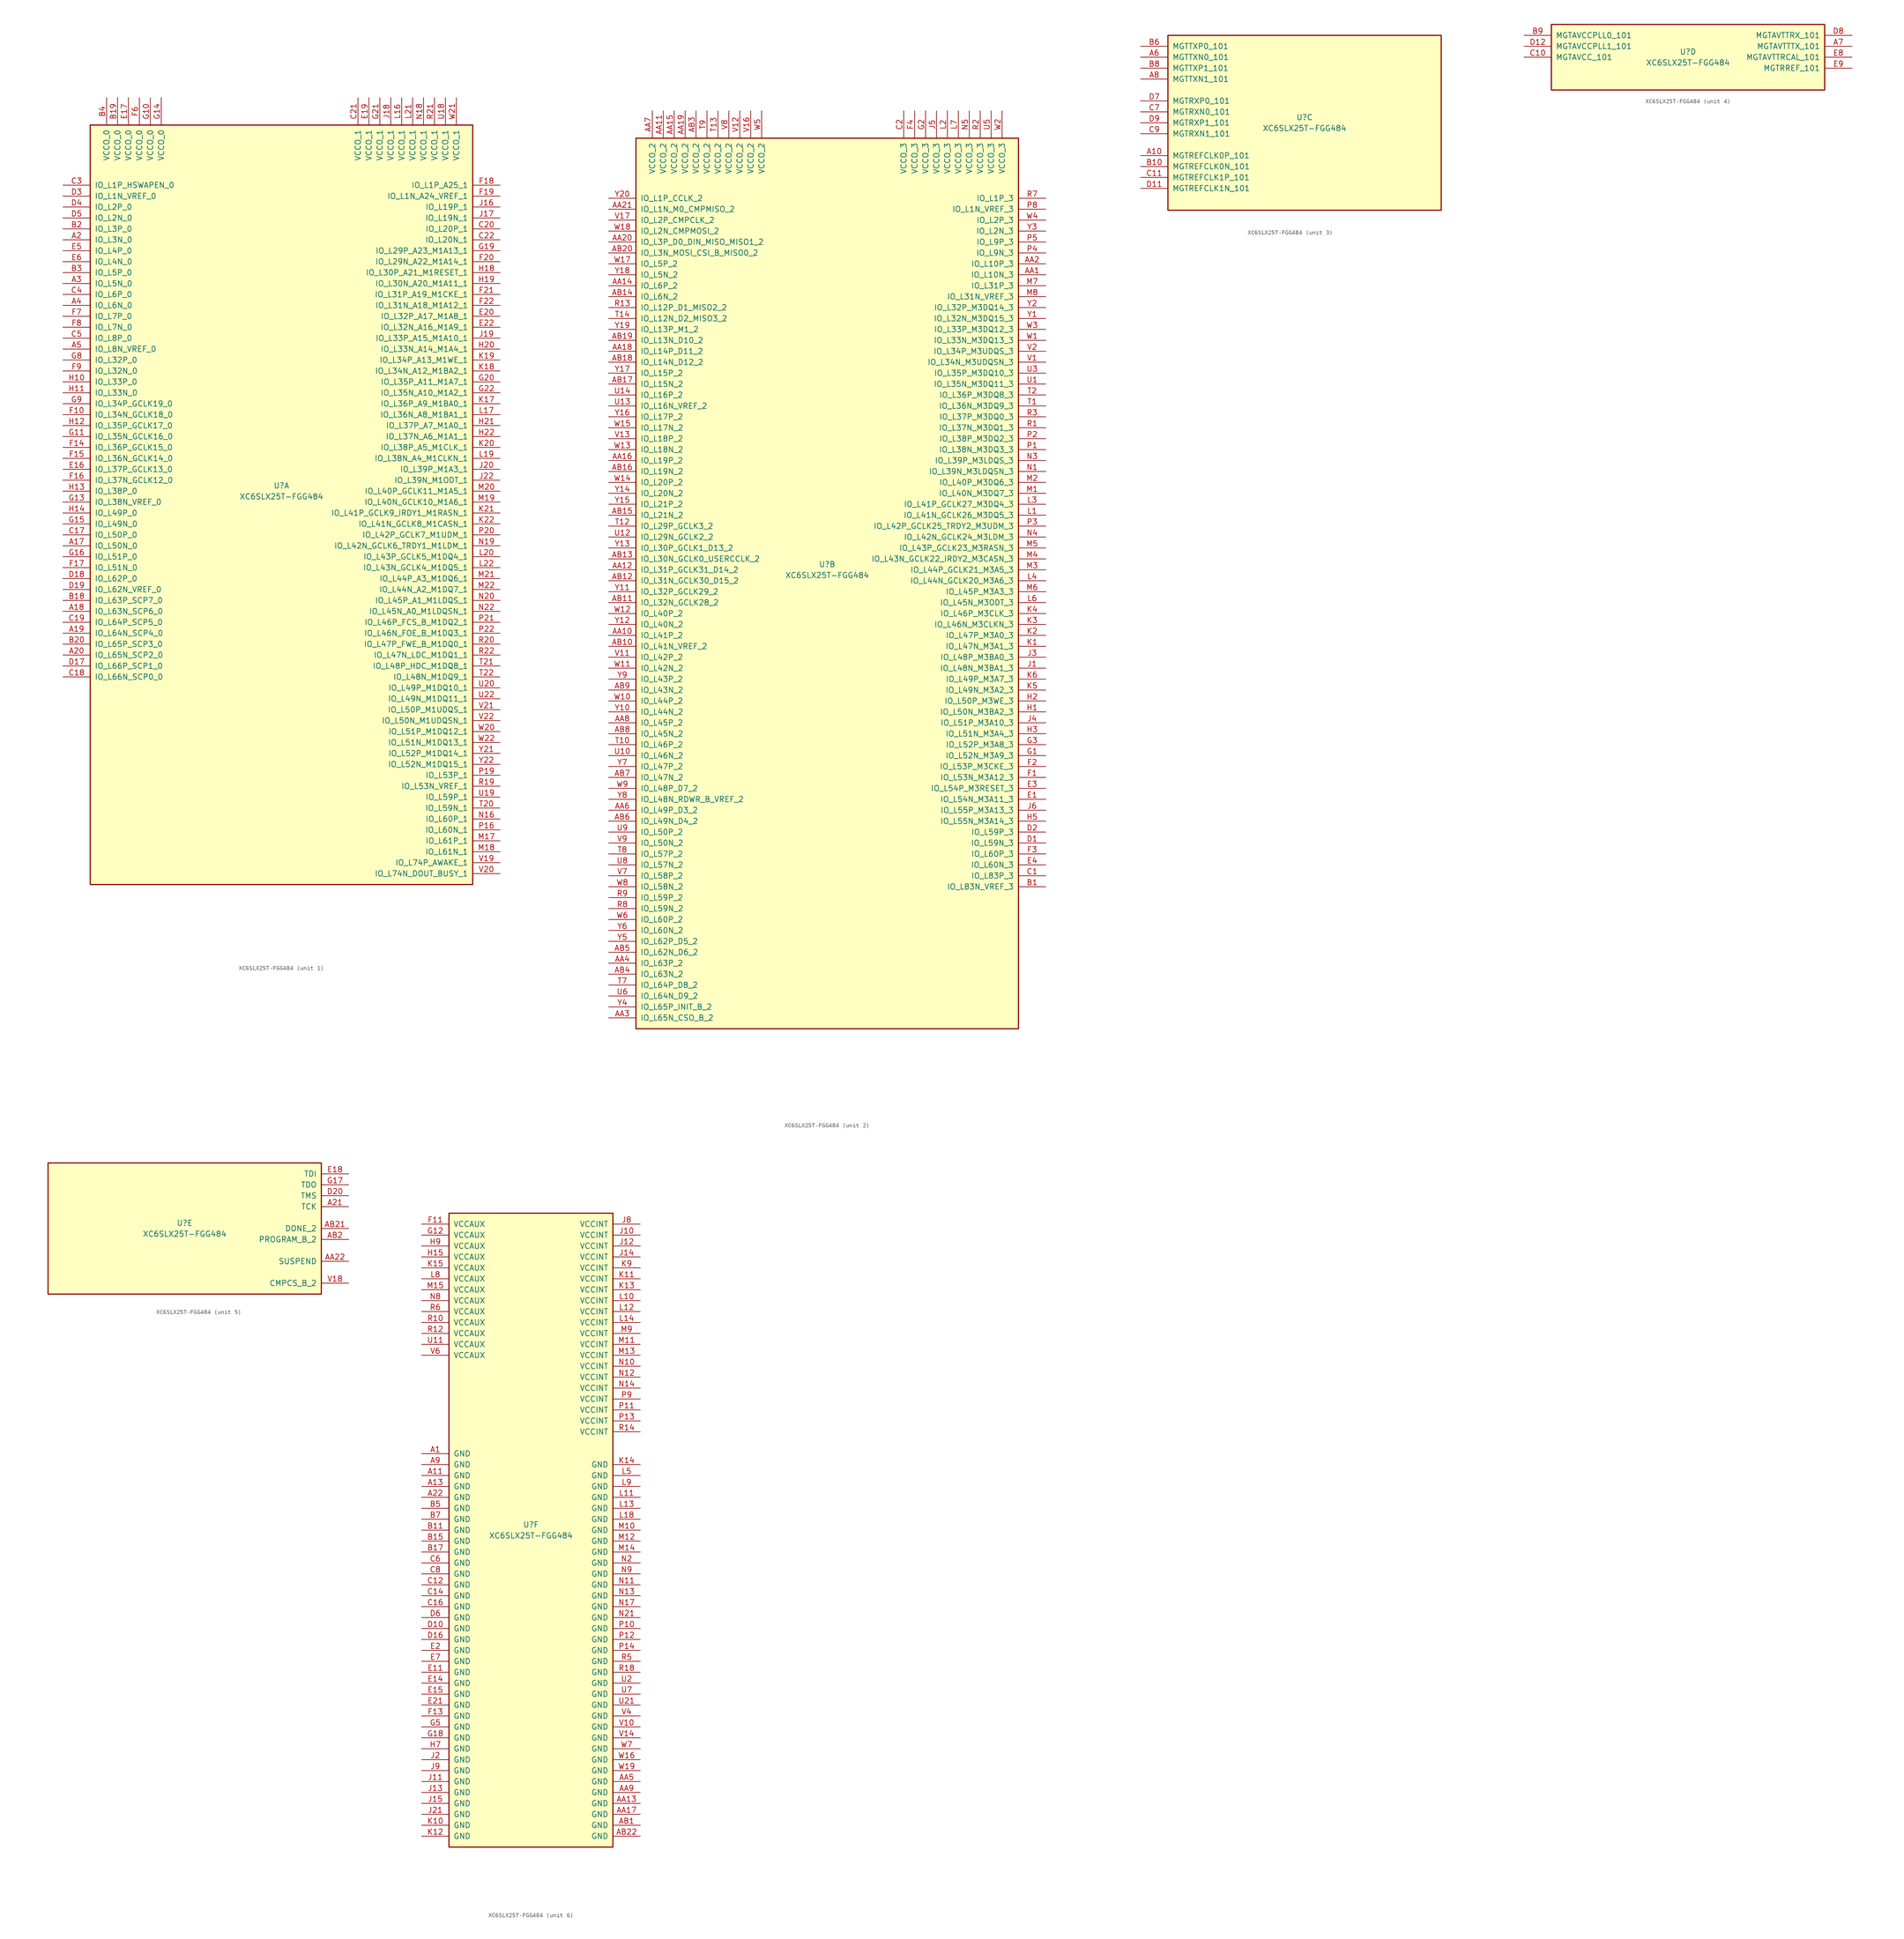
<source format=kicad_sym>
(kicad_symbol_lib
  (version 20201005)
  (generator kicad_symbol_editor)
  (symbol "XC6SLX25T-FGG484"
    (pin_names
      (offset 1.016))
    (property "Reference" "U"
      (at 0 1.27 0)
      (effects (font (size 1.27 1.27))))
    (property "Value" "XC6SLX25T-FGG484"
      (at 0 -1.27 0)
      (effects (font (size 1.27 1.27))))
    (property "Datasheet" ""
      (at 0 0 0)
      (effects (font (size 1.27 1.27))))
    (property "ki_locked" ""
      (at 0 0 0)
      (effects (font (size 1.27 1.27))))
    (symbol "XC6SLX25T-FGG484_1_1"
      (rectangle (start -44.45 85.09) (end 44.45 -91.44) (stroke (width 0.254)) (fill (type background)))
      (pin power_in line (at -40.64 91.44 270) (length 6.35) (name "VCCO_0" (effects (font (size 1.27 1.27)))) (number "B4" (effects (font (size 1.27 1.27)))))
      (pin power_in line (at -38.1 91.44 270) (length 6.35) (name "VCCO_0" (effects (font (size 1.27 1.27)))) (number "B19" (effects (font (size 1.27 1.27)))))
      (pin power_in line (at -35.56 91.44 270) (length 6.35) (name "VCCO_0" (effects (font (size 1.27 1.27)))) (number "E17" (effects (font (size 1.27 1.27)))))
      (pin power_in line (at -33.02 91.44 270) (length 6.35) (name "VCCO_0" (effects (font (size 1.27 1.27)))) (number "F6" (effects (font (size 1.27 1.27)))))
      (pin power_in line (at -30.48 91.44 270) (length 6.35) (name "VCCO_0" (effects (font (size 1.27 1.27)))) (number "G10" (effects (font (size 1.27 1.27)))))
      (pin power_in line (at -27.94 91.44 270) (length 6.35) (name "VCCO_0" (effects (font (size 1.27 1.27)))) (number "G14" (effects (font (size 1.27 1.27)))))
      (pin bidirectional line (at -50.8 71.12 0) (length 6.35) (name "IO_L1P_HSWAPEN_0" (effects (font (size 1.27 1.27)))) (number "C3" (effects (font (size 1.27 1.27)))))
      (pin bidirectional line (at -50.8 68.58 0) (length 6.35) (name "IO_L1N_VREF_0" (effects (font (size 1.27 1.27)))) (number "D3" (effects (font (size 1.27 1.27)))))
      (pin bidirectional line (at -50.8 66.04 0) (length 6.35) (name "IO_L2P_0" (effects (font (size 1.27 1.27)))) (number "D4" (effects (font (size 1.27 1.27)))))
      (pin bidirectional line (at -50.8 63.5 0) (length 6.35) (name "IO_L2N_0" (effects (font (size 1.27 1.27)))) (number "D5" (effects (font (size 1.27 1.27)))))
      (pin bidirectional line (at -50.8 60.96 0) (length 6.35) (name "IO_L3P_0" (effects (font (size 1.27 1.27)))) (number "B2" (effects (font (size 1.27 1.27)))))
      (pin bidirectional line (at -50.8 58.42 0) (length 6.35) (name "IO_L3N_0" (effects (font (size 1.27 1.27)))) (number "A2" (effects (font (size 1.27 1.27)))))
      (pin bidirectional line (at -50.8 55.88 0) (length 6.35) (name "IO_L4P_0" (effects (font (size 1.27 1.27)))) (number "E5" (effects (font (size 1.27 1.27)))))
      (pin bidirectional line (at -50.8 53.34 0) (length 6.35) (name "IO_L4N_0" (effects (font (size 1.27 1.27)))) (number "E6" (effects (font (size 1.27 1.27)))))
      (pin bidirectional line (at -50.8 50.8 0) (length 6.35) (name "IO_L5P_0" (effects (font (size 1.27 1.27)))) (number "B3" (effects (font (size 1.27 1.27)))))
      (pin bidirectional line (at -50.8 48.26 0) (length 6.35) (name "IO_L5N_0" (effects (font (size 1.27 1.27)))) (number "A3" (effects (font (size 1.27 1.27)))))
      (pin bidirectional line (at -50.8 45.72 0) (length 6.35) (name "IO_L6P_0" (effects (font (size 1.27 1.27)))) (number "C4" (effects (font (size 1.27 1.27)))))
      (pin bidirectional line (at -50.8 43.18 0) (length 6.35) (name "IO_L6N_0" (effects (font (size 1.27 1.27)))) (number "A4" (effects (font (size 1.27 1.27)))))
      (pin bidirectional line (at -50.8 40.64 0) (length 6.35) (name "IO_L7P_0" (effects (font (size 1.27 1.27)))) (number "F7" (effects (font (size 1.27 1.27)))))
      (pin bidirectional line (at -50.8 38.1 0) (length 6.35) (name "IO_L7N_0" (effects (font (size 1.27 1.27)))) (number "F8" (effects (font (size 1.27 1.27)))))
      (pin bidirectional line (at -50.8 35.56 0) (length 6.35) (name "IO_L8P_0" (effects (font (size 1.27 1.27)))) (number "C5" (effects (font (size 1.27 1.27)))))
      (pin bidirectional line (at -50.8 33.02 0) (length 6.35) (name "IO_L8N_VREF_0" (effects (font (size 1.27 1.27)))) (number "A5" (effects (font (size 1.27 1.27)))))
      (pin bidirectional line (at -50.8 30.48 0) (length 6.35) (name "IO_L32P_0" (effects (font (size 1.27 1.27)))) (number "G8" (effects (font (size 1.27 1.27)))))
      (pin bidirectional line (at -50.8 27.94 0) (length 6.35) (name "IO_L32N_0" (effects (font (size 1.27 1.27)))) (number "F9" (effects (font (size 1.27 1.27)))))
      (pin bidirectional line (at -50.8 25.4 0) (length 6.35) (name "IO_L33P_0" (effects (font (size 1.27 1.27)))) (number "H10" (effects (font (size 1.27 1.27)))))
      (pin bidirectional line (at -50.8 22.86 0) (length 6.35) (name "IO_L33N_0" (effects (font (size 1.27 1.27)))) (number "H11" (effects (font (size 1.27 1.27)))))
      (pin bidirectional line (at -50.8 20.32 0) (length 6.35) (name "IO_L34P_GCLK19_0" (effects (font (size 1.27 1.27)))) (number "G9" (effects (font (size 1.27 1.27)))))
      (pin bidirectional line (at -50.8 17.78 0) (length 6.35) (name "IO_L34N_GCLK18_0" (effects (font (size 1.27 1.27)))) (number "F10" (effects (font (size 1.27 1.27)))))
      (pin bidirectional line (at -50.8 15.24 0) (length 6.35) (name "IO_L35P_GCLK17_0" (effects (font (size 1.27 1.27)))) (number "H12" (effects (font (size 1.27 1.27)))))
      (pin bidirectional line (at -50.8 12.7 0) (length 6.35) (name "IO_L35N_GCLK16_0" (effects (font (size 1.27 1.27)))) (number "G11" (effects (font (size 1.27 1.27)))))
      (pin bidirectional line (at -50.8 10.16 0) (length 6.35) (name "IO_L36P_GCLK15_0" (effects (font (size 1.27 1.27)))) (number "F14" (effects (font (size 1.27 1.27)))))
      (pin bidirectional line (at -50.8 7.62 0) (length 6.35) (name "IO_L36N_GCLK14_0" (effects (font (size 1.27 1.27)))) (number "F15" (effects (font (size 1.27 1.27)))))
      (pin bidirectional line (at -50.8 5.08 0) (length 6.35) (name "IO_L37P_GCLK13_0" (effects (font (size 1.27 1.27)))) (number "E16" (effects (font (size 1.27 1.27)))))
      (pin bidirectional line (at -50.8 2.54 0) (length 6.35) (name "IO_L37N_GCLK12_0" (effects (font (size 1.27 1.27)))) (number "F16" (effects (font (size 1.27 1.27)))))
      (pin bidirectional line (at -50.8 0 0) (length 6.35) (name "IO_L38P_0" (effects (font (size 1.27 1.27)))) (number "H13" (effects (font (size 1.27 1.27)))))
      (pin bidirectional line (at -50.8 -2.54 0) (length 6.35) (name "IO_L38N_VREF_0" (effects (font (size 1.27 1.27)))) (number "G13" (effects (font (size 1.27 1.27)))))
      (pin bidirectional line (at -50.8 -5.08 0) (length 6.35) (name "IO_L49P_0" (effects (font (size 1.27 1.27)))) (number "H14" (effects (font (size 1.27 1.27)))))
      (pin bidirectional line (at -50.8 -7.62 0) (length 6.35) (name "IO_L49N_0" (effects (font (size 1.27 1.27)))) (number "G15" (effects (font (size 1.27 1.27)))))
      (pin bidirectional line (at -50.8 -10.16 0) (length 6.35) (name "IO_L50P_0" (effects (font (size 1.27 1.27)))) (number "C17" (effects (font (size 1.27 1.27)))))
      (pin bidirectional line (at -50.8 -12.7 0) (length 6.35) (name "IO_L50N_0" (effects (font (size 1.27 1.27)))) (number "A17" (effects (font (size 1.27 1.27)))))
      (pin bidirectional line (at -50.8 -15.24 0) (length 6.35) (name "IO_L51P_0" (effects (font (size 1.27 1.27)))) (number "G16" (effects (font (size 1.27 1.27)))))
      (pin bidirectional line (at -50.8 -17.78 0) (length 6.35) (name "IO_L51N_0" (effects (font (size 1.27 1.27)))) (number "F17" (effects (font (size 1.27 1.27)))))
      (pin bidirectional line (at -50.8 -20.32 0) (length 6.35) (name "IO_L62P_0" (effects (font (size 1.27 1.27)))) (number "D18" (effects (font (size 1.27 1.27)))))
      (pin bidirectional line (at -50.8 -22.86 0) (length 6.35) (name "IO_L62N_VREF_0" (effects (font (size 1.27 1.27)))) (number "D19" (effects (font (size 1.27 1.27)))))
      (pin bidirectional line (at -50.8 -25.4 0) (length 6.35) (name "IO_L63P_SCP7_0" (effects (font (size 1.27 1.27)))) (number "B18" (effects (font (size 1.27 1.27)))))
      (pin bidirectional line (at -50.8 -27.94 0) (length 6.35) (name "IO_L63N_SCP6_0" (effects (font (size 1.27 1.27)))) (number "A18" (effects (font (size 1.27 1.27)))))
      (pin bidirectional line (at -50.8 -30.48 0) (length 6.35) (name "IO_L64P_SCP5_0" (effects (font (size 1.27 1.27)))) (number "C19" (effects (font (size 1.27 1.27)))))
      (pin bidirectional line (at -50.8 -33.02 0) (length 6.35) (name "IO_L64N_SCP4_0" (effects (font (size 1.27 1.27)))) (number "A19" (effects (font (size 1.27 1.27)))))
      (pin bidirectional line (at -50.8 -35.56 0) (length 6.35) (name "IO_L65P_SCP3_0" (effects (font (size 1.27 1.27)))) (number "B20" (effects (font (size 1.27 1.27)))))
      (pin bidirectional line (at -50.8 -38.1 0) (length 6.35) (name "IO_L65N_SCP2_0" (effects (font (size 1.27 1.27)))) (number "A20" (effects (font (size 1.27 1.27)))))
      (pin bidirectional line (at -50.8 -40.64 0) (length 6.35) (name "IO_L66P_SCP1_0" (effects (font (size 1.27 1.27)))) (number "D17" (effects (font (size 1.27 1.27)))))
      (pin bidirectional line (at -50.8 -43.18 0) (length 6.35) (name "IO_L66N_SCP0_0" (effects (font (size 1.27 1.27)))) (number "C18" (effects (font (size 1.27 1.27)))))
      (pin power_in line (at 17.78 91.44 270) (length 6.35) (name "VCCO_1" (effects (font (size 1.27 1.27)))) (number "C21" (effects (font (size 1.27 1.27)))))
      (pin power_in line (at 20.32 91.44 270) (length 6.35) (name "VCCO_1" (effects (font (size 1.27 1.27)))) (number "E19" (effects (font (size 1.27 1.27)))))
      (pin power_in line (at 22.86 91.44 270) (length 6.35) (name "VCCO_1" (effects (font (size 1.27 1.27)))) (number "G21" (effects (font (size 1.27 1.27)))))
      (pin power_in line (at 25.4 91.44 270) (length 6.35) (name "VCCO_1" (effects (font (size 1.27 1.27)))) (number "J18" (effects (font (size 1.27 1.27)))))
      (pin power_in line (at 27.94 91.44 270) (length 6.35) (name "VCCO_1" (effects (font (size 1.27 1.27)))) (number "L16" (effects (font (size 1.27 1.27)))))
      (pin power_in line (at 30.48 91.44 270) (length 6.35) (name "VCCO_1" (effects (font (size 1.27 1.27)))) (number "L21" (effects (font (size 1.27 1.27)))))
      (pin power_in line (at 33.02 91.44 270) (length 6.35) (name "VCCO_1" (effects (font (size 1.27 1.27)))) (number "N18" (effects (font (size 1.27 1.27)))))
      (pin power_in line (at 35.56 91.44 270) (length 6.35) (name "VCCO_1" (effects (font (size 1.27 1.27)))) (number "R21" (effects (font (size 1.27 1.27)))))
      (pin power_in line (at 38.1 91.44 270) (length 6.35) (name "VCCO_1" (effects (font (size 1.27 1.27)))) (number "U18" (effects (font (size 1.27 1.27)))))
      (pin power_in line (at 40.64 91.44 270) (length 6.35) (name "VCCO_1" (effects (font (size 1.27 1.27)))) (number "W21" (effects (font (size 1.27 1.27)))))
      (pin bidirectional line (at 50.8 71.12 180) (length 6.35) (name "IO_L1P_A25_1" (effects (font (size 1.27 1.27)))) (number "F18" (effects (font (size 1.27 1.27)))))
      (pin bidirectional line (at 50.8 68.58 180) (length 6.35) (name "IO_L1N_A24_VREF_1" (effects (font (size 1.27 1.27)))) (number "F19" (effects (font (size 1.27 1.27)))))
      (pin bidirectional line (at 50.8 66.04 180) (length 6.35) (name "IO_L19P_1" (effects (font (size 1.27 1.27)))) (number "J16" (effects (font (size 1.27 1.27)))))
      (pin bidirectional line (at 50.8 63.5 180) (length 6.35) (name "IO_L19N_1" (effects (font (size 1.27 1.27)))) (number "J17" (effects (font (size 1.27 1.27)))))
      (pin bidirectional line (at 50.8 60.96 180) (length 6.35) (name "IO_L20P_1" (effects (font (size 1.27 1.27)))) (number "C20" (effects (font (size 1.27 1.27)))))
      (pin bidirectional line (at 50.8 58.42 180) (length 6.35) (name "IO_L20N_1" (effects (font (size 1.27 1.27)))) (number "C22" (effects (font (size 1.27 1.27)))))
      (pin bidirectional line (at 50.8 55.88 180) (length 6.35) (name "IO_L29P_A23_M1A13_1" (effects (font (size 1.27 1.27)))) (number "G19" (effects (font (size 1.27 1.27)))))
      (pin bidirectional line (at 50.8 53.34 180) (length 6.35) (name "IO_L29N_A22_M1A14_1" (effects (font (size 1.27 1.27)))) (number "F20" (effects (font (size 1.27 1.27)))))
      (pin bidirectional line (at 50.8 50.8 180) (length 6.35) (name "IO_L30P_A21_M1RESET_1" (effects (font (size 1.27 1.27)))) (number "H18" (effects (font (size 1.27 1.27)))))
      (pin bidirectional line (at 50.8 48.26 180) (length 6.35) (name "IO_L30N_A20_M1A11_1" (effects (font (size 1.27 1.27)))) (number "H19" (effects (font (size 1.27 1.27)))))
      (pin bidirectional line (at 50.8 45.72 180) (length 6.35) (name "IO_L31P_A19_M1CKE_1" (effects (font (size 1.27 1.27)))) (number "F21" (effects (font (size 1.27 1.27)))))
      (pin bidirectional line (at 50.8 43.18 180) (length 6.35) (name "IO_L31N_A18_M1A12_1" (effects (font (size 1.27 1.27)))) (number "F22" (effects (font (size 1.27 1.27)))))
      (pin bidirectional line (at 50.8 40.64 180) (length 6.35) (name "IO_L32P_A17_M1A8_1" (effects (font (size 1.27 1.27)))) (number "E20" (effects (font (size 1.27 1.27)))))
      (pin bidirectional line (at 50.8 38.1 180) (length 6.35) (name "IO_L32N_A16_M1A9_1" (effects (font (size 1.27 1.27)))) (number "E22" (effects (font (size 1.27 1.27)))))
      (pin bidirectional line (at 50.8 35.56 180) (length 6.35) (name "IO_L33P_A15_M1A10_1" (effects (font (size 1.27 1.27)))) (number "J19" (effects (font (size 1.27 1.27)))))
      (pin bidirectional line (at 50.8 33.02 180) (length 6.35) (name "IO_L33N_A14_M1A4_1" (effects (font (size 1.27 1.27)))) (number "H20" (effects (font (size 1.27 1.27)))))
      (pin bidirectional line (at 50.8 30.48 180) (length 6.35) (name "IO_L34P_A13_M1WE_1" (effects (font (size 1.27 1.27)))) (number "K19" (effects (font (size 1.27 1.27)))))
      (pin bidirectional line (at 50.8 27.94 180) (length 6.35) (name "IO_L34N_A12_M1BA2_1" (effects (font (size 1.27 1.27)))) (number "K18" (effects (font (size 1.27 1.27)))))
      (pin bidirectional line (at 50.8 25.4 180) (length 6.35) (name "IO_L35P_A11_M1A7_1" (effects (font (size 1.27 1.27)))) (number "G20" (effects (font (size 1.27 1.27)))))
      (pin bidirectional line (at 50.8 22.86 180) (length 6.35) (name "IO_L35N_A10_M1A2_1" (effects (font (size 1.27 1.27)))) (number "G22" (effects (font (size 1.27 1.27)))))
      (pin bidirectional line (at 50.8 20.32 180) (length 6.35) (name "IO_L36P_A9_M1BA0_1" (effects (font (size 1.27 1.27)))) (number "K17" (effects (font (size 1.27 1.27)))))
      (pin bidirectional line (at 50.8 17.78 180) (length 6.35) (name "IO_L36N_A8_M1BA1_1" (effects (font (size 1.27 1.27)))) (number "L17" (effects (font (size 1.27 1.27)))))
      (pin bidirectional line (at 50.8 15.24 180) (length 6.35) (name "IO_L37P_A7_M1A0_1" (effects (font (size 1.27 1.27)))) (number "H21" (effects (font (size 1.27 1.27)))))
      (pin bidirectional line (at 50.8 12.7 180) (length 6.35) (name "IO_L37N_A6_M1A1_1" (effects (font (size 1.27 1.27)))) (number "H22" (effects (font (size 1.27 1.27)))))
      (pin bidirectional line (at 50.8 10.16 180) (length 6.35) (name "IO_L38P_A5_M1CLK_1" (effects (font (size 1.27 1.27)))) (number "K20" (effects (font (size 1.27 1.27)))))
      (pin bidirectional line (at 50.8 7.62 180) (length 6.35) (name "IO_L38N_A4_M1CLKN_1" (effects (font (size 1.27 1.27)))) (number "L19" (effects (font (size 1.27 1.27)))))
      (pin bidirectional line (at 50.8 5.08 180) (length 6.35) (name "IO_L39P_M1A3_1" (effects (font (size 1.27 1.27)))) (number "J20" (effects (font (size 1.27 1.27)))))
      (pin bidirectional line (at 50.8 2.54 180) (length 6.35) (name "IO_L39N_M1ODT_1" (effects (font (size 1.27 1.27)))) (number "J22" (effects (font (size 1.27 1.27)))))
      (pin bidirectional line (at 50.8 0 180) (length 6.35) (name "IO_L40P_GCLK11_M1A5_1" (effects (font (size 1.27 1.27)))) (number "M20" (effects (font (size 1.27 1.27)))))
      (pin bidirectional line (at 50.8 -2.54 180) (length 6.35) (name "IO_L40N_GCLK10_M1A6_1" (effects (font (size 1.27 1.27)))) (number "M19" (effects (font (size 1.27 1.27)))))
      (pin bidirectional line (at 50.8 -5.08 180) (length 6.35) (name "IO_L41P_GCLK9_IRDY1_M1RASN_1" (effects (font (size 1.27 1.27)))) (number "K21" (effects (font (size 1.27 1.27)))))
      (pin bidirectional line (at 50.8 -7.62 180) (length 6.35) (name "IO_L41N_GCLK8_M1CASN_1" (effects (font (size 1.27 1.27)))) (number "K22" (effects (font (size 1.27 1.27)))))
      (pin bidirectional line (at 50.8 -10.16 180) (length 6.35) (name "IO_L42P_GCLK7_M1UDM_1" (effects (font (size 1.27 1.27)))) (number "P20" (effects (font (size 1.27 1.27)))))
      (pin bidirectional line (at 50.8 -12.7 180) (length 6.35) (name "IO_L42N_GCLK6_TRDY1_M1LDM_1" (effects (font (size 1.27 1.27)))) (number "N19" (effects (font (size 1.27 1.27)))))
      (pin bidirectional line (at 50.8 -15.24 180) (length 6.35) (name "IO_L43P_GCLK5_M1DQ4_1" (effects (font (size 1.27 1.27)))) (number "L20" (effects (font (size 1.27 1.27)))))
      (pin bidirectional line (at 50.8 -17.78 180) (length 6.35) (name "IO_L43N_GCLK4_M1DQ5_1" (effects (font (size 1.27 1.27)))) (number "L22" (effects (font (size 1.27 1.27)))))
      (pin bidirectional line (at 50.8 -20.32 180) (length 6.35) (name "IO_L44P_A3_M1DQ6_1" (effects (font (size 1.27 1.27)))) (number "M21" (effects (font (size 1.27 1.27)))))
      (pin bidirectional line (at 50.8 -22.86 180) (length 6.35) (name "IO_L44N_A2_M1DQ7_1" (effects (font (size 1.27 1.27)))) (number "M22" (effects (font (size 1.27 1.27)))))
      (pin bidirectional line (at 50.8 -25.4 180) (length 6.35) (name "IO_L45P_A1_M1LDQS_1" (effects (font (size 1.27 1.27)))) (number "N20" (effects (font (size 1.27 1.27)))))
      (pin bidirectional line (at 50.8 -27.94 180) (length 6.35) (name "IO_L45N_A0_M1LDQSN_1" (effects (font (size 1.27 1.27)))) (number "N22" (effects (font (size 1.27 1.27)))))
      (pin bidirectional line (at 50.8 -30.48 180) (length 6.35) (name "IO_L46P_FCS_B_M1DQ2_1" (effects (font (size 1.27 1.27)))) (number "P21" (effects (font (size 1.27 1.27)))))
      (pin bidirectional line (at 50.8 -33.02 180) (length 6.35) (name "IO_L46N_FOE_B_M1DQ3_1" (effects (font (size 1.27 1.27)))) (number "P22" (effects (font (size 1.27 1.27)))))
      (pin bidirectional line (at 50.8 -35.56 180) (length 6.35) (name "IO_L47P_FWE_B_M1DQ0_1" (effects (font (size 1.27 1.27)))) (number "R20" (effects (font (size 1.27 1.27)))))
      (pin bidirectional line (at 50.8 -38.1 180) (length 6.35) (name "IO_L47N_LDC_M1DQ1_1" (effects (font (size 1.27 1.27)))) (number "R22" (effects (font (size 1.27 1.27)))))
      (pin bidirectional line (at 50.8 -40.64 180) (length 6.35) (name "IO_L48P_HDC_M1DQ8_1" (effects (font (size 1.27 1.27)))) (number "T21" (effects (font (size 1.27 1.27)))))
      (pin bidirectional line (at 50.8 -43.18 180) (length 6.35) (name "IO_L48N_M1DQ9_1" (effects (font (size 1.27 1.27)))) (number "T22" (effects (font (size 1.27 1.27)))))
      (pin bidirectional line (at 50.8 -45.72 180) (length 6.35) (name "IO_L49P_M1DQ10_1" (effects (font (size 1.27 1.27)))) (number "U20" (effects (font (size 1.27 1.27)))))
      (pin bidirectional line (at 50.8 -48.26 180) (length 6.35) (name "IO_L49N_M1DQ11_1" (effects (font (size 1.27 1.27)))) (number "U22" (effects (font (size 1.27 1.27)))))
      (pin bidirectional line (at 50.8 -50.8 180) (length 6.35) (name "IO_L50P_M1UDQS_1" (effects (font (size 1.27 1.27)))) (number "V21" (effects (font (size 1.27 1.27)))))
      (pin bidirectional line (at 50.8 -53.34 180) (length 6.35) (name "IO_L50N_M1UDQSN_1" (effects (font (size 1.27 1.27)))) (number "V22" (effects (font (size 1.27 1.27)))))
      (pin bidirectional line (at 50.8 -55.88 180) (length 6.35) (name "IO_L51P_M1DQ12_1" (effects (font (size 1.27 1.27)))) (number "W20" (effects (font (size 1.27 1.27)))))
      (pin bidirectional line (at 50.8 -58.42 180) (length 6.35) (name "IO_L51N_M1DQ13_1" (effects (font (size 1.27 1.27)))) (number "W22" (effects (font (size 1.27 1.27)))))
      (pin bidirectional line (at 50.8 -60.96 180) (length 6.35) (name "IO_L52P_M1DQ14_1" (effects (font (size 1.27 1.27)))) (number "Y21" (effects (font (size 1.27 1.27)))))
      (pin bidirectional line (at 50.8 -63.5 180) (length 6.35) (name "IO_L52N_M1DQ15_1" (effects (font (size 1.27 1.27)))) (number "Y22" (effects (font (size 1.27 1.27)))))
      (pin bidirectional line (at 50.8 -66.04 180) (length 6.35) (name "IO_L53P_1" (effects (font (size 1.27 1.27)))) (number "P19" (effects (font (size 1.27 1.27)))))
      (pin bidirectional line (at 50.8 -68.58 180) (length 6.35) (name "IO_L53N_VREF_1" (effects (font (size 1.27 1.27)))) (number "R19" (effects (font (size 1.27 1.27)))))
      (pin bidirectional line (at 50.8 -71.12 180) (length 6.35) (name "IO_L59P_1" (effects (font (size 1.27 1.27)))) (number "U19" (effects (font (size 1.27 1.27)))))
      (pin bidirectional line (at 50.8 -73.66 180) (length 6.35) (name "IO_L59N_1" (effects (font (size 1.27 1.27)))) (number "T20" (effects (font (size 1.27 1.27)))))
      (pin bidirectional line (at 50.8 -76.2 180) (length 6.35) (name "IO_L60P_1" (effects (font (size 1.27 1.27)))) (number "N16" (effects (font (size 1.27 1.27)))))
      (pin bidirectional line (at 50.8 -78.74 180) (length 6.35) (name "IO_L60N_1" (effects (font (size 1.27 1.27)))) (number "P16" (effects (font (size 1.27 1.27)))))
      (pin bidirectional line (at 50.8 -81.28 180) (length 6.35) (name "IO_L61P_1" (effects (font (size 1.27 1.27)))) (number "M17" (effects (font (size 1.27 1.27)))))
      (pin bidirectional line (at 50.8 -83.82 180) (length 6.35) (name "IO_L61N_1" (effects (font (size 1.27 1.27)))) (number "M18" (effects (font (size 1.27 1.27)))))
      (pin bidirectional line (at 50.8 -86.36 180) (length 6.35) (name "IO_L74P_AWAKE_1" (effects (font (size 1.27 1.27)))) (number "V19" (effects (font (size 1.27 1.27)))))
      (pin bidirectional line (at 50.8 -88.9 180) (length 6.35) (name "IO_L74N_DOUT_BUSY_1" (effects (font (size 1.27 1.27)))) (number "V20" (effects (font (size 1.27 1.27))))))
    (symbol "XC6SLX25T-FGG484_2_1"
      (rectangle (start -44.45 100.33) (end 44.45 -106.68) (stroke (width 0.254)) (fill (type background)))
      (pin power_in line (at -40.64 106.68 270) (length 6.35) (name "VCCO_2" (effects (font (size 1.27 1.27)))) (number "AA7" (effects (font (size 1.27 1.27)))))
      (pin power_in line (at -38.1 106.68 270) (length 6.35) (name "VCCO_2" (effects (font (size 1.27 1.27)))) (number "AA11" (effects (font (size 1.27 1.27)))))
      (pin power_in line (at -35.56 106.68 270) (length 6.35) (name "VCCO_2" (effects (font (size 1.27 1.27)))) (number "AA15" (effects (font (size 1.27 1.27)))))
      (pin power_in line (at -33.02 106.68 270) (length 6.35) (name "VCCO_2" (effects (font (size 1.27 1.27)))) (number "AA19" (effects (font (size 1.27 1.27)))))
      (pin power_in line (at -30.48 106.68 270) (length 6.35) (name "VCCO_2" (effects (font (size 1.27 1.27)))) (number "AB3" (effects (font (size 1.27 1.27)))))
      (pin power_in line (at -27.94 106.68 270) (length 6.35) (name "VCCO_2" (effects (font (size 1.27 1.27)))) (number "T9" (effects (font (size 1.27 1.27)))))
      (pin power_in line (at -25.4 106.68 270) (length 6.35) (name "VCCO_2" (effects (font (size 1.27 1.27)))) (number "T13" (effects (font (size 1.27 1.27)))))
      (pin power_in line (at -22.86 106.68 270) (length 6.35) (name "VCCO_2" (effects (font (size 1.27 1.27)))) (number "V8" (effects (font (size 1.27 1.27)))))
      (pin power_in line (at -20.32 106.68 270) (length 6.35) (name "VCCO_2" (effects (font (size 1.27 1.27)))) (number "V12" (effects (font (size 1.27 1.27)))))
      (pin power_in line (at -17.78 106.68 270) (length 6.35) (name "VCCO_2" (effects (font (size 1.27 1.27)))) (number "V16" (effects (font (size 1.27 1.27)))))
      (pin power_in line (at -15.24 106.68 270) (length 6.35) (name "VCCO_2" (effects (font (size 1.27 1.27)))) (number "W5" (effects (font (size 1.27 1.27)))))
      (pin bidirectional line (at -50.8 86.36 0) (length 6.35) (name "IO_L1P_CCLK_2" (effects (font (size 1.27 1.27)))) (number "Y20" (effects (font (size 1.27 1.27)))))
      (pin bidirectional line (at -50.8 83.82 0) (length 6.35) (name "IO_L1N_M0_CMPMISO_2" (effects (font (size 1.27 1.27)))) (number "AA21" (effects (font (size 1.27 1.27)))))
      (pin bidirectional line (at -50.8 81.28 0) (length 6.35) (name "IO_L2P_CMPCLK_2" (effects (font (size 1.27 1.27)))) (number "V17" (effects (font (size 1.27 1.27)))))
      (pin bidirectional line (at -50.8 78.74 0) (length 6.35) (name "IO_L2N_CMPMOSI_2" (effects (font (size 1.27 1.27)))) (number "W18" (effects (font (size 1.27 1.27)))))
      (pin bidirectional line (at -50.8 76.2 0) (length 6.35) (name "IO_L3P_D0_DIN_MISO_MISO1_2" (effects (font (size 1.27 1.27)))) (number "AA20" (effects (font (size 1.27 1.27)))))
      (pin bidirectional line (at -50.8 73.66 0) (length 6.35) (name "IO_L3N_MOSI_CSI_B_MISO0_2" (effects (font (size 1.27 1.27)))) (number "AB20" (effects (font (size 1.27 1.27)))))
      (pin bidirectional line (at -50.8 71.12 0) (length 6.35) (name "IO_L5P_2" (effects (font (size 1.27 1.27)))) (number "W17" (effects (font (size 1.27 1.27)))))
      (pin bidirectional line (at -50.8 68.58 0) (length 6.35) (name "IO_L5N_2" (effects (font (size 1.27 1.27)))) (number "Y18" (effects (font (size 1.27 1.27)))))
      (pin bidirectional line (at -50.8 66.04 0) (length 6.35) (name "IO_L6P_2" (effects (font (size 1.27 1.27)))) (number "AA14" (effects (font (size 1.27 1.27)))))
      (pin bidirectional line (at -50.8 63.5 0) (length 6.35) (name "IO_L6N_2" (effects (font (size 1.27 1.27)))) (number "AB14" (effects (font (size 1.27 1.27)))))
      (pin bidirectional line (at -50.8 60.96 0) (length 6.35) (name "IO_L12P_D1_MISO2_2" (effects (font (size 1.27 1.27)))) (number "R13" (effects (font (size 1.27 1.27)))))
      (pin bidirectional line (at -50.8 58.42 0) (length 6.35) (name "IO_L12N_D2_MISO3_2" (effects (font (size 1.27 1.27)))) (number "T14" (effects (font (size 1.27 1.27)))))
      (pin bidirectional line (at -50.8 55.88 0) (length 6.35) (name "IO_L13P_M1_2" (effects (font (size 1.27 1.27)))) (number "Y19" (effects (font (size 1.27 1.27)))))
      (pin bidirectional line (at -50.8 53.34 0) (length 6.35) (name "IO_L13N_D10_2" (effects (font (size 1.27 1.27)))) (number "AB19" (effects (font (size 1.27 1.27)))))
      (pin bidirectional line (at -50.8 50.8 0) (length 6.35) (name "IO_L14P_D11_2" (effects (font (size 1.27 1.27)))) (number "AA18" (effects (font (size 1.27 1.27)))))
      (pin bidirectional line (at -50.8 48.26 0) (length 6.35) (name "IO_L14N_D12_2" (effects (font (size 1.27 1.27)))) (number "AB18" (effects (font (size 1.27 1.27)))))
      (pin bidirectional line (at -50.8 45.72 0) (length 6.35) (name "IO_L15P_2" (effects (font (size 1.27 1.27)))) (number "Y17" (effects (font (size 1.27 1.27)))))
      (pin bidirectional line (at -50.8 43.18 0) (length 6.35) (name "IO_L15N_2" (effects (font (size 1.27 1.27)))) (number "AB17" (effects (font (size 1.27 1.27)))))
      (pin bidirectional line (at -50.8 40.64 0) (length 6.35) (name "IO_L16P_2" (effects (font (size 1.27 1.27)))) (number "U14" (effects (font (size 1.27 1.27)))))
      (pin bidirectional line (at -50.8 38.1 0) (length 6.35) (name "IO_L16N_VREF_2" (effects (font (size 1.27 1.27)))) (number "U13" (effects (font (size 1.27 1.27)))))
      (pin bidirectional line (at -50.8 35.56 0) (length 6.35) (name "IO_L17P_2" (effects (font (size 1.27 1.27)))) (number "Y16" (effects (font (size 1.27 1.27)))))
      (pin bidirectional line (at -50.8 33.02 0) (length 6.35) (name "IO_L17N_2" (effects (font (size 1.27 1.27)))) (number "W15" (effects (font (size 1.27 1.27)))))
      (pin bidirectional line (at -50.8 30.48 0) (length 6.35) (name "IO_L18P_2" (effects (font (size 1.27 1.27)))) (number "V13" (effects (font (size 1.27 1.27)))))
      (pin bidirectional line (at -50.8 27.94 0) (length 6.35) (name "IO_L18N_2" (effects (font (size 1.27 1.27)))) (number "W13" (effects (font (size 1.27 1.27)))))
      (pin bidirectional line (at -50.8 25.4 0) (length 6.35) (name "IO_L19P_2" (effects (font (size 1.27 1.27)))) (number "AA16" (effects (font (size 1.27 1.27)))))
      (pin bidirectional line (at -50.8 22.86 0) (length 6.35) (name "IO_L19N_2" (effects (font (size 1.27 1.27)))) (number "AB16" (effects (font (size 1.27 1.27)))))
      (pin bidirectional line (at -50.8 20.32 0) (length 6.35) (name "IO_L20P_2" (effects (font (size 1.27 1.27)))) (number "W14" (effects (font (size 1.27 1.27)))))
      (pin bidirectional line (at -50.8 17.78 0) (length 6.35) (name "IO_L20N_2" (effects (font (size 1.27 1.27)))) (number "Y14" (effects (font (size 1.27 1.27)))))
      (pin bidirectional line (at -50.8 15.24 0) (length 6.35) (name "IO_L21P_2" (effects (font (size 1.27 1.27)))) (number "Y15" (effects (font (size 1.27 1.27)))))
      (pin bidirectional line (at -50.8 12.7 0) (length 6.35) (name "IO_L21N_2" (effects (font (size 1.27 1.27)))) (number "AB15" (effects (font (size 1.27 1.27)))))
      (pin bidirectional line (at -50.8 10.16 0) (length 6.35) (name "IO_L29P_GCLK3_2" (effects (font (size 1.27 1.27)))) (number "T12" (effects (font (size 1.27 1.27)))))
      (pin bidirectional line (at -50.8 7.62 0) (length 6.35) (name "IO_L29N_GCLK2_2" (effects (font (size 1.27 1.27)))) (number "U12" (effects (font (size 1.27 1.27)))))
      (pin bidirectional line (at -50.8 5.08 0) (length 6.35) (name "IO_L30P_GCLK1_D13_2" (effects (font (size 1.27 1.27)))) (number "Y13" (effects (font (size 1.27 1.27)))))
      (pin bidirectional line (at -50.8 2.54 0) (length 6.35) (name "IO_L30N_GCLK0_USERCCLK_2" (effects (font (size 1.27 1.27)))) (number "AB13" (effects (font (size 1.27 1.27)))))
      (pin bidirectional line (at -50.8 0 0) (length 6.35) (name "IO_L31P_GCLK31_D14_2" (effects (font (size 1.27 1.27)))) (number "AA12" (effects (font (size 1.27 1.27)))))
      (pin bidirectional line (at -50.8 -2.54 0) (length 6.35) (name "IO_L31N_GCLK30_D15_2" (effects (font (size 1.27 1.27)))) (number "AB12" (effects (font (size 1.27 1.27)))))
      (pin bidirectional line (at -50.8 -5.08 0) (length 6.35) (name "IO_L32P_GCLK29_2" (effects (font (size 1.27 1.27)))) (number "Y11" (effects (font (size 1.27 1.27)))))
      (pin bidirectional line (at -50.8 -7.62 0) (length 6.35) (name "IO_L32N_GCLK28_2" (effects (font (size 1.27 1.27)))) (number "AB11" (effects (font (size 1.27 1.27)))))
      (pin bidirectional line (at -50.8 -10.16 0) (length 6.35) (name "IO_L40P_2" (effects (font (size 1.27 1.27)))) (number "W12" (effects (font (size 1.27 1.27)))))
      (pin bidirectional line (at -50.8 -12.7 0) (length 6.35) (name "IO_L40N_2" (effects (font (size 1.27 1.27)))) (number "Y12" (effects (font (size 1.27 1.27)))))
      (pin bidirectional line (at -50.8 -15.24 0) (length 6.35) (name "IO_L41P_2" (effects (font (size 1.27 1.27)))) (number "AA10" (effects (font (size 1.27 1.27)))))
      (pin bidirectional line (at -50.8 -17.78 0) (length 6.35) (name "IO_L41N_VREF_2" (effects (font (size 1.27 1.27)))) (number "AB10" (effects (font (size 1.27 1.27)))))
      (pin bidirectional line (at -50.8 -20.32 0) (length 6.35) (name "IO_L42P_2" (effects (font (size 1.27 1.27)))) (number "V11" (effects (font (size 1.27 1.27)))))
      (pin bidirectional line (at -50.8 -22.86 0) (length 6.35) (name "IO_L42N_2" (effects (font (size 1.27 1.27)))) (number "W11" (effects (font (size 1.27 1.27)))))
      (pin bidirectional line (at -50.8 -25.4 0) (length 6.35) (name "IO_L43P_2" (effects (font (size 1.27 1.27)))) (number "Y9" (effects (font (size 1.27 1.27)))))
      (pin bidirectional line (at -50.8 -27.94 0) (length 6.35) (name "IO_L43N_2" (effects (font (size 1.27 1.27)))) (number "AB9" (effects (font (size 1.27 1.27)))))
      (pin bidirectional line (at -50.8 -30.48 0) (length 6.35) (name "IO_L44P_2" (effects (font (size 1.27 1.27)))) (number "W10" (effects (font (size 1.27 1.27)))))
      (pin bidirectional line (at -50.8 -33.02 0) (length 6.35) (name "IO_L44N_2" (effects (font (size 1.27 1.27)))) (number "Y10" (effects (font (size 1.27 1.27)))))
      (pin bidirectional line (at -50.8 -35.56 0) (length 6.35) (name "IO_L45P_2" (effects (font (size 1.27 1.27)))) (number "AA8" (effects (font (size 1.27 1.27)))))
      (pin bidirectional line (at -50.8 -38.1 0) (length 6.35) (name "IO_L45N_2" (effects (font (size 1.27 1.27)))) (number "AB8" (effects (font (size 1.27 1.27)))))
      (pin bidirectional line (at -50.8 -40.64 0) (length 6.35) (name "IO_L46P_2" (effects (font (size 1.27 1.27)))) (number "T10" (effects (font (size 1.27 1.27)))))
      (pin bidirectional line (at -50.8 -43.18 0) (length 6.35) (name "IO_L46N_2" (effects (font (size 1.27 1.27)))) (number "U10" (effects (font (size 1.27 1.27)))))
      (pin bidirectional line (at -50.8 -45.72 0) (length 6.35) (name "IO_L47P_2" (effects (font (size 1.27 1.27)))) (number "Y7" (effects (font (size 1.27 1.27)))))
      (pin bidirectional line (at -50.8 -48.26 0) (length 6.35) (name "IO_L47N_2" (effects (font (size 1.27 1.27)))) (number "AB7" (effects (font (size 1.27 1.27)))))
      (pin bidirectional line (at -50.8 -50.8 0) (length 6.35) (name "IO_L48P_D7_2" (effects (font (size 1.27 1.27)))) (number "W9" (effects (font (size 1.27 1.27)))))
      (pin bidirectional line (at -50.8 -53.34 0) (length 6.35) (name "IO_L48N_RDWR_B_VREF_2" (effects (font (size 1.27 1.27)))) (number "Y8" (effects (font (size 1.27 1.27)))))
      (pin bidirectional line (at -50.8 -55.88 0) (length 6.35) (name "IO_L49P_D3_2" (effects (font (size 1.27 1.27)))) (number "AA6" (effects (font (size 1.27 1.27)))))
      (pin bidirectional line (at -50.8 -58.42 0) (length 6.35) (name "IO_L49N_D4_2" (effects (font (size 1.27 1.27)))) (number "AB6" (effects (font (size 1.27 1.27)))))
      (pin bidirectional line (at -50.8 -60.96 0) (length 6.35) (name "IO_L50P_2" (effects (font (size 1.27 1.27)))) (number "U9" (effects (font (size 1.27 1.27)))))
      (pin bidirectional line (at -50.8 -63.5 0) (length 6.35) (name "IO_L50N_2" (effects (font (size 1.27 1.27)))) (number "V9" (effects (font (size 1.27 1.27)))))
      (pin bidirectional line (at -50.8 -66.04 0) (length 6.35) (name "IO_L57P_2" (effects (font (size 1.27 1.27)))) (number "T8" (effects (font (size 1.27 1.27)))))
      (pin bidirectional line (at -50.8 -68.58 0) (length 6.35) (name "IO_L57N_2" (effects (font (size 1.27 1.27)))) (number "U8" (effects (font (size 1.27 1.27)))))
      (pin bidirectional line (at -50.8 -71.12 0) (length 6.35) (name "IO_L58P_2" (effects (font (size 1.27 1.27)))) (number "V7" (effects (font (size 1.27 1.27)))))
      (pin bidirectional line (at -50.8 -73.66 0) (length 6.35) (name "IO_L58N_2" (effects (font (size 1.27 1.27)))) (number "W8" (effects (font (size 1.27 1.27)))))
      (pin bidirectional line (at -50.8 -76.2 0) (length 6.35) (name "IO_L59P_2" (effects (font (size 1.27 1.27)))) (number "R9" (effects (font (size 1.27 1.27)))))
      (pin bidirectional line (at -50.8 -78.74 0) (length 6.35) (name "IO_L59N_2" (effects (font (size 1.27 1.27)))) (number "R8" (effects (font (size 1.27 1.27)))))
      (pin bidirectional line (at -50.8 -81.28 0) (length 6.35) (name "IO_L60P_2" (effects (font (size 1.27 1.27)))) (number "W6" (effects (font (size 1.27 1.27)))))
      (pin bidirectional line (at -50.8 -83.82 0) (length 6.35) (name "IO_L60N_2" (effects (font (size 1.27 1.27)))) (number "Y6" (effects (font (size 1.27 1.27)))))
      (pin bidirectional line (at -50.8 -86.36 0) (length 6.35) (name "IO_L62P_D5_2" (effects (font (size 1.27 1.27)))) (number "Y5" (effects (font (size 1.27 1.27)))))
      (pin bidirectional line (at -50.8 -88.9 0) (length 6.35) (name "IO_L62N_D6_2" (effects (font (size 1.27 1.27)))) (number "AB5" (effects (font (size 1.27 1.27)))))
      (pin bidirectional line (at -50.8 -91.44 0) (length 6.35) (name "IO_L63P_2" (effects (font (size 1.27 1.27)))) (number "AA4" (effects (font (size 1.27 1.27)))))
      (pin bidirectional line (at -50.8 -93.98 0) (length 6.35) (name "IO_L63N_2" (effects (font (size 1.27 1.27)))) (number "AB4" (effects (font (size 1.27 1.27)))))
      (pin bidirectional line (at -50.8 -96.52 0) (length 6.35) (name "IO_L64P_D8_2" (effects (font (size 1.27 1.27)))) (number "T7" (effects (font (size 1.27 1.27)))))
      (pin bidirectional line (at -50.8 -99.06 0) (length 6.35) (name "IO_L64N_D9_2" (effects (font (size 1.27 1.27)))) (number "U6" (effects (font (size 1.27 1.27)))))
      (pin bidirectional line (at -50.8 -101.6 0) (length 6.35) (name "IO_L65P_INIT_B_2" (effects (font (size 1.27 1.27)))) (number "Y4" (effects (font (size 1.27 1.27)))))
      (pin bidirectional line (at -50.8 -104.14 0) (length 6.35) (name "IO_L65N_CSO_B_2" (effects (font (size 1.27 1.27)))) (number "AA3" (effects (font (size 1.27 1.27)))))
      (pin power_in line (at 17.78 106.68 270) (length 6.35) (name "VCCO_3" (effects (font (size 1.27 1.27)))) (number "C2" (effects (font (size 1.27 1.27)))))
      (pin power_in line (at 20.32 106.68 270) (length 6.35) (name "VCCO_3" (effects (font (size 1.27 1.27)))) (number "F4" (effects (font (size 1.27 1.27)))))
      (pin power_in line (at 22.86 106.68 270) (length 6.35) (name "VCCO_3" (effects (font (size 1.27 1.27)))) (number "G2" (effects (font (size 1.27 1.27)))))
      (pin power_in line (at 25.4 106.68 270) (length 6.35) (name "VCCO_3" (effects (font (size 1.27 1.27)))) (number "J5" (effects (font (size 1.27 1.27)))))
      (pin power_in line (at 27.94 106.68 270) (length 6.35) (name "VCCO_3" (effects (font (size 1.27 1.27)))) (number "L2" (effects (font (size 1.27 1.27)))))
      (pin power_in line (at 30.48 106.68 270) (length 6.35) (name "VCCO_3" (effects (font (size 1.27 1.27)))) (number "L7" (effects (font (size 1.27 1.27)))))
      (pin power_in line (at 33.02 106.68 270) (length 6.35) (name "VCCO_3" (effects (font (size 1.27 1.27)))) (number "N5" (effects (font (size 1.27 1.27)))))
      (pin power_in line (at 35.56 106.68 270) (length 6.35) (name "VCCO_3" (effects (font (size 1.27 1.27)))) (number "R2" (effects (font (size 1.27 1.27)))))
      (pin power_in line (at 38.1 106.68 270) (length 6.35) (name "VCCO_3" (effects (font (size 1.27 1.27)))) (number "U5" (effects (font (size 1.27 1.27)))))
      (pin power_in line (at 40.64 106.68 270) (length 6.35) (name "VCCO_3" (effects (font (size 1.27 1.27)))) (number "W2" (effects (font (size 1.27 1.27)))))
      (pin bidirectional line (at 50.8 86.36 180) (length 6.35) (name "IO_L1P_3" (effects (font (size 1.27 1.27)))) (number "R7" (effects (font (size 1.27 1.27)))))
      (pin bidirectional line (at 50.8 83.82 180) (length 6.35) (name "IO_L1N_VREF_3" (effects (font (size 1.27 1.27)))) (number "P8" (effects (font (size 1.27 1.27)))))
      (pin bidirectional line (at 50.8 81.28 180) (length 6.35) (name "IO_L2P_3" (effects (font (size 1.27 1.27)))) (number "W4" (effects (font (size 1.27 1.27)))))
      (pin bidirectional line (at 50.8 78.74 180) (length 6.35) (name "IO_L2N_3" (effects (font (size 1.27 1.27)))) (number "Y3" (effects (font (size 1.27 1.27)))))
      (pin bidirectional line (at 50.8 76.2 180) (length 6.35) (name "IO_L9P_3" (effects (font (size 1.27 1.27)))) (number "P5" (effects (font (size 1.27 1.27)))))
      (pin bidirectional line (at 50.8 73.66 180) (length 6.35) (name "IO_L9N_3" (effects (font (size 1.27 1.27)))) (number "P4" (effects (font (size 1.27 1.27)))))
      (pin bidirectional line (at 50.8 71.12 180) (length 6.35) (name "IO_L10P_3" (effects (font (size 1.27 1.27)))) (number "AA2" (effects (font (size 1.27 1.27)))))
      (pin bidirectional line (at 50.8 68.58 180) (length 6.35) (name "IO_L10N_3" (effects (font (size 1.27 1.27)))) (number "AA1" (effects (font (size 1.27 1.27)))))
      (pin bidirectional line (at 50.8 66.04 180) (length 6.35) (name "IO_L31P_3" (effects (font (size 1.27 1.27)))) (number "M7" (effects (font (size 1.27 1.27)))))
      (pin bidirectional line (at 50.8 63.5 180) (length 6.35) (name "IO_L31N_VREF_3" (effects (font (size 1.27 1.27)))) (number "M8" (effects (font (size 1.27 1.27)))))
      (pin bidirectional line (at 50.8 60.96 180) (length 6.35) (name "IO_L32P_M3DQ14_3" (effects (font (size 1.27 1.27)))) (number "Y2" (effects (font (size 1.27 1.27)))))
      (pin bidirectional line (at 50.8 58.42 180) (length 6.35) (name "IO_L32N_M3DQ15_3" (effects (font (size 1.27 1.27)))) (number "Y1" (effects (font (size 1.27 1.27)))))
      (pin bidirectional line (at 50.8 55.88 180) (length 6.35) (name "IO_L33P_M3DQ12_3" (effects (font (size 1.27 1.27)))) (number "W3" (effects (font (size 1.27 1.27)))))
      (pin bidirectional line (at 50.8 53.34 180) (length 6.35) (name "IO_L33N_M3DQ13_3" (effects (font (size 1.27 1.27)))) (number "W1" (effects (font (size 1.27 1.27)))))
      (pin bidirectional line (at 50.8 50.8 180) (length 6.35) (name "IO_L34P_M3UDQS_3" (effects (font (size 1.27 1.27)))) (number "V2" (effects (font (size 1.27 1.27)))))
      (pin bidirectional line (at 50.8 48.26 180) (length 6.35) (name "IO_L34N_M3UDQSN_3" (effects (font (size 1.27 1.27)))) (number "V1" (effects (font (size 1.27 1.27)))))
      (pin bidirectional line (at 50.8 45.72 180) (length 6.35) (name "IO_L35P_M3DQ10_3" (effects (font (size 1.27 1.27)))) (number "U3" (effects (font (size 1.27 1.27)))))
      (pin bidirectional line (at 50.8 43.18 180) (length 6.35) (name "IO_L35N_M3DQ11_3" (effects (font (size 1.27 1.27)))) (number "U1" (effects (font (size 1.27 1.27)))))
      (pin bidirectional line (at 50.8 40.64 180) (length 6.35) (name "IO_L36P_M3DQ8_3" (effects (font (size 1.27 1.27)))) (number "T2" (effects (font (size 1.27 1.27)))))
      (pin bidirectional line (at 50.8 38.1 180) (length 6.35) (name "IO_L36N_M3DQ9_3" (effects (font (size 1.27 1.27)))) (number "T1" (effects (font (size 1.27 1.27)))))
      (pin bidirectional line (at 50.8 35.56 180) (length 6.35) (name "IO_L37P_M3DQ0_3" (effects (font (size 1.27 1.27)))) (number "R3" (effects (font (size 1.27 1.27)))))
      (pin bidirectional line (at 50.8 33.02 180) (length 6.35) (name "IO_L37N_M3DQ1_3" (effects (font (size 1.27 1.27)))) (number "R1" (effects (font (size 1.27 1.27)))))
      (pin bidirectional line (at 50.8 30.48 180) (length 6.35) (name "IO_L38P_M3DQ2_3" (effects (font (size 1.27 1.27)))) (number "P2" (effects (font (size 1.27 1.27)))))
      (pin bidirectional line (at 50.8 27.94 180) (length 6.35) (name "IO_L38N_M3DQ3_3" (effects (font (size 1.27 1.27)))) (number "P1" (effects (font (size 1.27 1.27)))))
      (pin bidirectional line (at 50.8 25.4 180) (length 6.35) (name "IO_L39P_M3LDQS_3" (effects (font (size 1.27 1.27)))) (number "N3" (effects (font (size 1.27 1.27)))))
      (pin bidirectional line (at 50.8 22.86 180) (length 6.35) (name "IO_L39N_M3LDQSN_3" (effects (font (size 1.27 1.27)))) (number "N1" (effects (font (size 1.27 1.27)))))
      (pin bidirectional line (at 50.8 20.32 180) (length 6.35) (name "IO_L40P_M3DQ6_3" (effects (font (size 1.27 1.27)))) (number "M2" (effects (font (size 1.27 1.27)))))
      (pin bidirectional line (at 50.8 17.78 180) (length 6.35) (name "IO_L40N_M3DQ7_3" (effects (font (size 1.27 1.27)))) (number "M1" (effects (font (size 1.27 1.27)))))
      (pin bidirectional line (at 50.8 15.24 180) (length 6.35) (name "IO_L41P_GCLK27_M3DQ4_3" (effects (font (size 1.27 1.27)))) (number "L3" (effects (font (size 1.27 1.27)))))
      (pin bidirectional line (at 50.8 12.7 180) (length 6.35) (name "IO_L41N_GCLK26_M3DQ5_3" (effects (font (size 1.27 1.27)))) (number "L1" (effects (font (size 1.27 1.27)))))
      (pin bidirectional line (at 50.8 10.16 180) (length 6.35) (name "IO_L42P_GCLK25_TRDY2_M3UDM_3" (effects (font (size 1.27 1.27)))) (number "P3" (effects (font (size 1.27 1.27)))))
      (pin bidirectional line (at 50.8 7.62 180) (length 6.35) (name "IO_L42N_GCLK24_M3LDM_3" (effects (font (size 1.27 1.27)))) (number "N4" (effects (font (size 1.27 1.27)))))
      (pin bidirectional line (at 50.8 5.08 180) (length 6.35) (name "IO_L43P_GCLK23_M3RASN_3" (effects (font (size 1.27 1.27)))) (number "M5" (effects (font (size 1.27 1.27)))))
      (pin bidirectional line (at 50.8 2.54 180) (length 6.35) (name "IO_L43N_GCLK22_IRDY2_M3CASN_3" (effects (font (size 1.27 1.27)))) (number "M4" (effects (font (size 1.27 1.27)))))
      (pin bidirectional line (at 50.8 0 180) (length 6.35) (name "IO_L44P_GCLK21_M3A5_3" (effects (font (size 1.27 1.27)))) (number "M3" (effects (font (size 1.27 1.27)))))
      (pin bidirectional line (at 50.8 -2.54 180) (length 6.35) (name "IO_L44N_GCLK20_M3A6_3" (effects (font (size 1.27 1.27)))) (number "L4" (effects (font (size 1.27 1.27)))))
      (pin bidirectional line (at 50.8 -5.08 180) (length 6.35) (name "IO_L45P_M3A3_3" (effects (font (size 1.27 1.27)))) (number "M6" (effects (font (size 1.27 1.27)))))
      (pin bidirectional line (at 50.8 -7.62 180) (length 6.35) (name "IO_L45N_M3ODT_3" (effects (font (size 1.27 1.27)))) (number "L6" (effects (font (size 1.27 1.27)))))
      (pin bidirectional line (at 50.8 -10.16 180) (length 6.35) (name "IO_L46P_M3CLK_3" (effects (font (size 1.27 1.27)))) (number "K4" (effects (font (size 1.27 1.27)))))
      (pin bidirectional line (at 50.8 -12.7 180) (length 6.35) (name "IO_L46N_M3CLKN_3" (effects (font (size 1.27 1.27)))) (number "K3" (effects (font (size 1.27 1.27)))))
      (pin bidirectional line (at 50.8 -15.24 180) (length 6.35) (name "IO_L47P_M3A0_3" (effects (font (size 1.27 1.27)))) (number "K2" (effects (font (size 1.27 1.27)))))
      (pin bidirectional line (at 50.8 -17.78 180) (length 6.35) (name "IO_L47N_M3A1_3" (effects (font (size 1.27 1.27)))) (number "K1" (effects (font (size 1.27 1.27)))))
      (pin bidirectional line (at 50.8 -20.32 180) (length 6.35) (name "IO_L48P_M3BA0_3" (effects (font (size 1.27 1.27)))) (number "J3" (effects (font (size 1.27 1.27)))))
      (pin bidirectional line (at 50.8 -22.86 180) (length 6.35) (name "IO_L48N_M3BA1_3" (effects (font (size 1.27 1.27)))) (number "J1" (effects (font (size 1.27 1.27)))))
      (pin bidirectional line (at 50.8 -25.4 180) (length 6.35) (name "IO_L49P_M3A7_3" (effects (font (size 1.27 1.27)))) (number "K6" (effects (font (size 1.27 1.27)))))
      (pin bidirectional line (at 50.8 -27.94 180) (length 6.35) (name "IO_L49N_M3A2_3" (effects (font (size 1.27 1.27)))) (number "K5" (effects (font (size 1.27 1.27)))))
      (pin bidirectional line (at 50.8 -30.48 180) (length 6.35) (name "IO_L50P_M3WE_3" (effects (font (size 1.27 1.27)))) (number "H2" (effects (font (size 1.27 1.27)))))
      (pin bidirectional line (at 50.8 -33.02 180) (length 6.35) (name "IO_L50N_M3BA2_3" (effects (font (size 1.27 1.27)))) (number "H1" (effects (font (size 1.27 1.27)))))
      (pin bidirectional line (at 50.8 -35.56 180) (length 6.35) (name "IO_L51P_M3A10_3" (effects (font (size 1.27 1.27)))) (number "J4" (effects (font (size 1.27 1.27)))))
      (pin bidirectional line (at 50.8 -38.1 180) (length 6.35) (name "IO_L51N_M3A4_3" (effects (font (size 1.27 1.27)))) (number "H3" (effects (font (size 1.27 1.27)))))
      (pin bidirectional line (at 50.8 -40.64 180) (length 6.35) (name "IO_L52P_M3A8_3" (effects (font (size 1.27 1.27)))) (number "G3" (effects (font (size 1.27 1.27)))))
      (pin bidirectional line (at 50.8 -43.18 180) (length 6.35) (name "IO_L52N_M3A9_3" (effects (font (size 1.27 1.27)))) (number "G1" (effects (font (size 1.27 1.27)))))
      (pin bidirectional line (at 50.8 -45.72 180) (length 6.35) (name "IO_L53P_M3CKE_3" (effects (font (size 1.27 1.27)))) (number "F2" (effects (font (size 1.27 1.27)))))
      (pin bidirectional line (at 50.8 -48.26 180) (length 6.35) (name "IO_L53N_M3A12_3" (effects (font (size 1.27 1.27)))) (number "F1" (effects (font (size 1.27 1.27)))))
      (pin bidirectional line (at 50.8 -50.8 180) (length 6.35) (name "IO_L54P_M3RESET_3" (effects (font (size 1.27 1.27)))) (number "E3" (effects (font (size 1.27 1.27)))))
      (pin bidirectional line (at 50.8 -53.34 180) (length 6.35) (name "IO_L54N_M3A11_3" (effects (font (size 1.27 1.27)))) (number "E1" (effects (font (size 1.27 1.27)))))
      (pin bidirectional line (at 50.8 -55.88 180) (length 6.35) (name "IO_L55P_M3A13_3" (effects (font (size 1.27 1.27)))) (number "J6" (effects (font (size 1.27 1.27)))))
      (pin bidirectional line (at 50.8 -58.42 180) (length 6.35) (name "IO_L55N_M3A14_3" (effects (font (size 1.27 1.27)))) (number "H5" (effects (font (size 1.27 1.27)))))
      (pin bidirectional line (at 50.8 -60.96 180) (length 6.35) (name "IO_L59P_3" (effects (font (size 1.27 1.27)))) (number "D2" (effects (font (size 1.27 1.27)))))
      (pin bidirectional line (at 50.8 -63.5 180) (length 6.35) (name "IO_L59N_3" (effects (font (size 1.27 1.27)))) (number "D1" (effects (font (size 1.27 1.27)))))
      (pin bidirectional line (at 50.8 -66.04 180) (length 6.35) (name "IO_L60P_3" (effects (font (size 1.27 1.27)))) (number "F3" (effects (font (size 1.27 1.27)))))
      (pin bidirectional line (at 50.8 -68.58 180) (length 6.35) (name "IO_L60N_3" (effects (font (size 1.27 1.27)))) (number "E4" (effects (font (size 1.27 1.27)))))
      (pin bidirectional line (at 50.8 -71.12 180) (length 6.35) (name "IO_L83P_3" (effects (font (size 1.27 1.27)))) (number "C1" (effects (font (size 1.27 1.27)))))
      (pin bidirectional line (at 50.8 -73.66 180) (length 6.35) (name "IO_L83N_VREF_3" (effects (font (size 1.27 1.27)))) (number "B1" (effects (font (size 1.27 1.27))))))
    (symbol "XC6SLX25T-FGG484_3_1"
      (rectangle (start -31.75 20.32) (end 31.75 -20.32) (stroke (width 0.254)) (fill (type background)))
      (pin bidirectional line (at -38.1 17.78 0) (length 6.35) (name "MGTTXP0_101" (effects (font (size 1.27 1.27)))) (number "B6" (effects (font (size 1.27 1.27)))))
      (pin bidirectional line (at -38.1 15.24 0) (length 6.35) (name "MGTTXN0_101" (effects (font (size 1.27 1.27)))) (number "A6" (effects (font (size 1.27 1.27)))))
      (pin bidirectional line (at -38.1 12.7 0) (length 6.35) (name "MGTTXP1_101" (effects (font (size 1.27 1.27)))) (number "B8" (effects (font (size 1.27 1.27)))))
      (pin bidirectional line (at -38.1 10.16 0) (length 6.35) (name "MGTTXN1_101" (effects (font (size 1.27 1.27)))) (number "A8" (effects (font (size 1.27 1.27)))))
      (pin bidirectional line (at -38.1 5.08 0) (length 6.35) (name "MGTRXP0_101" (effects (font (size 1.27 1.27)))) (number "D7" (effects (font (size 1.27 1.27)))))
      (pin bidirectional line (at -38.1 2.54 0) (length 6.35) (name "MGTRXN0_101" (effects (font (size 1.27 1.27)))) (number "C7" (effects (font (size 1.27 1.27)))))
      (pin bidirectional line (at -38.1 0 0) (length 6.35) (name "MGTRXP1_101" (effects (font (size 1.27 1.27)))) (number "D9" (effects (font (size 1.27 1.27)))))
      (pin bidirectional line (at -38.1 -2.54 0) (length 6.35) (name "MGTRXN1_101" (effects (font (size 1.27 1.27)))) (number "C9" (effects (font (size 1.27 1.27)))))
      (pin bidirectional line (at -38.1 -7.62 0) (length 6.35) (name "MGTREFCLK0P_101" (effects (font (size 1.27 1.27)))) (number "A10" (effects (font (size 1.27 1.27)))))
      (pin bidirectional line (at -38.1 -10.16 0) (length 6.35) (name "MGTREFCLK0N_101" (effects (font (size 1.27 1.27)))) (number "B10" (effects (font (size 1.27 1.27)))))
      (pin bidirectional line (at -38.1 -12.7 0) (length 6.35) (name "MGTREFCLK1P_101" (effects (font (size 1.27 1.27)))) (number "C11" (effects (font (size 1.27 1.27)))))
      (pin bidirectional line (at -38.1 -15.24 0) (length 6.35) (name "MGTREFCLK1N_101" (effects (font (size 1.27 1.27)))) (number "D11" (effects (font (size 1.27 1.27))))))
    (symbol "XC6SLX25T-FGG484_4_1"
      (rectangle (start -31.75 7.62) (end 31.75 -7.62) (stroke (width 0.254)) (fill (type background)))
      (pin power_in line (at -38.1 5.08 0) (length 6.35) (name "MGTAVCCPLL0_101" (effects (font (size 1.27 1.27)))) (number "B9" (effects (font (size 1.27 1.27)))))
      (pin power_in line (at -38.1 2.54 0) (length 6.35) (name "MGTAVCCPLL1_101" (effects (font (size 1.27 1.27)))) (number "D12" (effects (font (size 1.27 1.27)))))
      (pin power_in line (at -38.1 0 0) (length 6.35) (name "MGTAVCC_101" (effects (font (size 1.27 1.27)))) (number "C10" (effects (font (size 1.27 1.27)))))
      (pin power_in line (at 38.1 5.08 180) (length 6.35) (name "MGTAVTTRX_101" (effects (font (size 1.27 1.27)))) (number "D8" (effects (font (size 1.27 1.27)))))
      (pin power_in line (at 38.1 2.54 180) (length 6.35) (name "MGTAVTTTX_101" (effects (font (size 1.27 1.27)))) (number "A7" (effects (font (size 1.27 1.27)))))
      (pin power_in line (at 38.1 0 180) (length 6.35) (name "MGTAVTTRCAL_101" (effects (font (size 1.27 1.27)))) (number "E8" (effects (font (size 1.27 1.27)))))
      (pin power_in line (at 38.1 -2.54 180) (length 6.35) (name "MGTRREF_101" (effects (font (size 1.27 1.27)))) (number "E9" (effects (font (size 1.27 1.27))))))
    (symbol "XC6SLX25T-FGG484_5_1"
      (rectangle (start -31.75 15.24) (end 31.75 -15.24) (stroke (width 0.254)) (fill (type background)))
      (pin bidirectional line (at 38.1 12.7 180) (length 6.35) (name "TDI" (effects (font (size 1.27 1.27)))) (number "E18" (effects (font (size 1.27 1.27)))))
      (pin bidirectional line (at 38.1 10.16 180) (length 6.35) (name "TDO" (effects (font (size 1.27 1.27)))) (number "G17" (effects (font (size 1.27 1.27)))))
      (pin bidirectional line (at 38.1 7.62 180) (length 6.35) (name "TMS" (effects (font (size 1.27 1.27)))) (number "D20" (effects (font (size 1.27 1.27)))))
      (pin bidirectional line (at 38.1 5.08 180) (length 6.35) (name "TCK" (effects (font (size 1.27 1.27)))) (number "A21" (effects (font (size 1.27 1.27)))))
      (pin bidirectional line (at 38.1 0 180) (length 6.35) (name "DONE_2" (effects (font (size 1.27 1.27)))) (number "AB21" (effects (font (size 1.27 1.27)))))
      (pin bidirectional line (at 38.1 -2.54 180) (length 6.35) (name "PROGRAM_B_2" (effects (font (size 1.27 1.27)))) (number "AB2" (effects (font (size 1.27 1.27)))))
      (pin bidirectional line (at 38.1 -7.62 180) (length 6.35) (name "SUSPEND" (effects (font (size 1.27 1.27)))) (number "AA22" (effects (font (size 1.27 1.27)))))
      (pin bidirectional line (at 38.1 -12.7 180) (length 6.35) (name "CMPCS_B_2" (effects (font (size 1.27 1.27)))) (number "V18" (effects (font (size 1.27 1.27))))))
    (symbol "XC6SLX25T-FGG484_6_1"
      (rectangle (start -19.05 73.66) (end 19.05 -73.66) (stroke (width 0.254)) (fill (type background)))
      (pin power_in line (at -25.4 71.12 0) (length 6.35) (name "VCCAUX" (effects (font (size 1.27 1.27)))) (number "F11" (effects (font (size 1.27 1.27)))))
      (pin power_in line (at -25.4 68.58 0) (length 6.35) (name "VCCAUX" (effects (font (size 1.27 1.27)))) (number "G12" (effects (font (size 1.27 1.27)))))
      (pin power_in line (at -25.4 66.04 0) (length 6.35) (name "VCCAUX" (effects (font (size 1.27 1.27)))) (number "H9" (effects (font (size 1.27 1.27)))))
      (pin power_in line (at -25.4 63.5 0) (length 6.35) (name "VCCAUX" (effects (font (size 1.27 1.27)))) (number "H15" (effects (font (size 1.27 1.27)))))
      (pin power_in line (at -25.4 60.96 0) (length 6.35) (name "VCCAUX" (effects (font (size 1.27 1.27)))) (number "K15" (effects (font (size 1.27 1.27)))))
      (pin power_in line (at -25.4 58.42 0) (length 6.35) (name "VCCAUX" (effects (font (size 1.27 1.27)))) (number "L8" (effects (font (size 1.27 1.27)))))
      (pin power_in line (at -25.4 55.88 0) (length 6.35) (name "VCCAUX" (effects (font (size 1.27 1.27)))) (number "M15" (effects (font (size 1.27 1.27)))))
      (pin power_in line (at -25.4 53.34 0) (length 6.35) (name "VCCAUX" (effects (font (size 1.27 1.27)))) (number "N8" (effects (font (size 1.27 1.27)))))
      (pin power_in line (at -25.4 50.8 0) (length 6.35) (name "VCCAUX" (effects (font (size 1.27 1.27)))) (number "R6" (effects (font (size 1.27 1.27)))))
      (pin power_in line (at -25.4 48.26 0) (length 6.35) (name "VCCAUX" (effects (font (size 1.27 1.27)))) (number "R10" (effects (font (size 1.27 1.27)))))
      (pin power_in line (at -25.4 45.72 0) (length 6.35) (name "VCCAUX" (effects (font (size 1.27 1.27)))) (number "R12" (effects (font (size 1.27 1.27)))))
      (pin power_in line (at -25.4 43.18 0) (length 6.35) (name "VCCAUX" (effects (font (size 1.27 1.27)))) (number "U11" (effects (font (size 1.27 1.27)))))
      (pin power_in line (at -25.4 40.64 0) (length 6.35) (name "VCCAUX" (effects (font (size 1.27 1.27)))) (number "V6" (effects (font (size 1.27 1.27)))))
      (pin power_in line (at -25.4 17.78 0) (length 6.35) (name "GND" (effects (font (size 1.27 1.27)))) (number "A1" (effects (font (size 1.27 1.27)))))
      (pin power_in line (at -25.4 15.24 0) (length 6.35) (name "GND" (effects (font (size 1.27 1.27)))) (number "A9" (effects (font (size 1.27 1.27)))))
      (pin power_in line (at -25.4 12.7 0) (length 6.35) (name "GND" (effects (font (size 1.27 1.27)))) (number "A11" (effects (font (size 1.27 1.27)))))
      (pin power_in line (at -25.4 10.16 0) (length 6.35) (name "GND" (effects (font (size 1.27 1.27)))) (number "A13" (effects (font (size 1.27 1.27)))))
      (pin power_in line (at -25.4 7.62 0) (length 6.35) (name "GND" (effects (font (size 1.27 1.27)))) (number "A22" (effects (font (size 1.27 1.27)))))
      (pin power_in line (at -25.4 5.08 0) (length 6.35) (name "GND" (effects (font (size 1.27 1.27)))) (number "B5" (effects (font (size 1.27 1.27)))))
      (pin power_in line (at -25.4 2.54 0) (length 6.35) (name "GND" (effects (font (size 1.27 1.27)))) (number "B7" (effects (font (size 1.27 1.27)))))
      (pin power_in line (at -25.4 0 0) (length 6.35) (name "GND" (effects (font (size 1.27 1.27)))) (number "B11" (effects (font (size 1.27 1.27)))))
      (pin power_in line (at -25.4 -2.54 0) (length 6.35) (name "GND" (effects (font (size 1.27 1.27)))) (number "B15" (effects (font (size 1.27 1.27)))))
      (pin power_in line (at -25.4 -5.08 0) (length 6.35) (name "GND" (effects (font (size 1.27 1.27)))) (number "B17" (effects (font (size 1.27 1.27)))))
      (pin power_in line (at -25.4 -7.62 0) (length 6.35) (name "GND" (effects (font (size 1.27 1.27)))) (number "C6" (effects (font (size 1.27 1.27)))))
      (pin power_in line (at -25.4 -10.16 0) (length 6.35) (name "GND" (effects (font (size 1.27 1.27)))) (number "C8" (effects (font (size 1.27 1.27)))))
      (pin power_in line (at -25.4 -12.7 0) (length 6.35) (name "GND" (effects (font (size 1.27 1.27)))) (number "C12" (effects (font (size 1.27 1.27)))))
      (pin power_in line (at -25.4 -15.24 0) (length 6.35) (name "GND" (effects (font (size 1.27 1.27)))) (number "C14" (effects (font (size 1.27 1.27)))))
      (pin power_in line (at -25.4 -17.78 0) (length 6.35) (name "GND" (effects (font (size 1.27 1.27)))) (number "C16" (effects (font (size 1.27 1.27)))))
      (pin power_in line (at -25.4 -20.32 0) (length 6.35) (name "GND" (effects (font (size 1.27 1.27)))) (number "D6" (effects (font (size 1.27 1.27)))))
      (pin power_in line (at -25.4 -22.86 0) (length 6.35) (name "GND" (effects (font (size 1.27 1.27)))) (number "D10" (effects (font (size 1.27 1.27)))))
      (pin power_in line (at -25.4 -25.4 0) (length 6.35) (name "GND" (effects (font (size 1.27 1.27)))) (number "D16" (effects (font (size 1.27 1.27)))))
      (pin power_in line (at -25.4 -27.94 0) (length 6.35) (name "GND" (effects (font (size 1.27 1.27)))) (number "E2" (effects (font (size 1.27 1.27)))))
      (pin power_in line (at -25.4 -30.48 0) (length 6.35) (name "GND" (effects (font (size 1.27 1.27)))) (number "E7" (effects (font (size 1.27 1.27)))))
      (pin power_in line (at -25.4 -33.02 0) (length 6.35) (name "GND" (effects (font (size 1.27 1.27)))) (number "E11" (effects (font (size 1.27 1.27)))))
      (pin power_in line (at -25.4 -35.56 0) (length 6.35) (name "GND" (effects (font (size 1.27 1.27)))) (number "E14" (effects (font (size 1.27 1.27)))))
      (pin power_in line (at -25.4 -38.1 0) (length 6.35) (name "GND" (effects (font (size 1.27 1.27)))) (number "E15" (effects (font (size 1.27 1.27)))))
      (pin power_in line (at -25.4 -40.64 0) (length 6.35) (name "GND" (effects (font (size 1.27 1.27)))) (number "E21" (effects (font (size 1.27 1.27)))))
      (pin power_in line (at -25.4 -43.18 0) (length 6.35) (name "GND" (effects (font (size 1.27 1.27)))) (number "F13" (effects (font (size 1.27 1.27)))))
      (pin power_in line (at -25.4 -45.72 0) (length 6.35) (name "GND" (effects (font (size 1.27 1.27)))) (number "G5" (effects (font (size 1.27 1.27)))))
      (pin power_in line (at -25.4 -48.26 0) (length 6.35) (name "GND" (effects (font (size 1.27 1.27)))) (number "G18" (effects (font (size 1.27 1.27)))))
      (pin power_in line (at -25.4 -50.8 0) (length 6.35) (name "GND" (effects (font (size 1.27 1.27)))) (number "H7" (effects (font (size 1.27 1.27)))))
      (pin power_in line (at -25.4 -53.34 0) (length 6.35) (name "GND" (effects (font (size 1.27 1.27)))) (number "J2" (effects (font (size 1.27 1.27)))))
      (pin power_in line (at -25.4 -55.88 0) (length 6.35) (name "GND" (effects (font (size 1.27 1.27)))) (number "J9" (effects (font (size 1.27 1.27)))))
      (pin power_in line (at -25.4 -58.42 0) (length 6.35) (name "GND" (effects (font (size 1.27 1.27)))) (number "J11" (effects (font (size 1.27 1.27)))))
      (pin power_in line (at -25.4 -60.96 0) (length 6.35) (name "GND" (effects (font (size 1.27 1.27)))) (number "J13" (effects (font (size 1.27 1.27)))))
      (pin power_in line (at -25.4 -63.5 0) (length 6.35) (name "GND" (effects (font (size 1.27 1.27)))) (number "J15" (effects (font (size 1.27 1.27)))))
      (pin power_in line (at -25.4 -66.04 0) (length 6.35) (name "GND" (effects (font (size 1.27 1.27)))) (number "J21" (effects (font (size 1.27 1.27)))))
      (pin power_in line (at -25.4 -68.58 0) (length 6.35) (name "GND" (effects (font (size 1.27 1.27)))) (number "K10" (effects (font (size 1.27 1.27)))))
      (pin power_in line (at -25.4 -71.12 0) (length 6.35) (name "GND" (effects (font (size 1.27 1.27)))) (number "K12" (effects (font (size 1.27 1.27)))))
      (pin power_in line (at 25.4 71.12 180) (length 6.35) (name "VCCINT" (effects (font (size 1.27 1.27)))) (number "J8" (effects (font (size 1.27 1.27)))))
      (pin power_in line (at 25.4 68.58 180) (length 6.35) (name "VCCINT" (effects (font (size 1.27 1.27)))) (number "J10" (effects (font (size 1.27 1.27)))))
      (pin power_in line (at 25.4 66.04 180) (length 6.35) (name "VCCINT" (effects (font (size 1.27 1.27)))) (number "J12" (effects (font (size 1.27 1.27)))))
      (pin power_in line (at 25.4 63.5 180) (length 6.35) (name "VCCINT" (effects (font (size 1.27 1.27)))) (number "J14" (effects (font (size 1.27 1.27)))))
      (pin power_in line (at 25.4 60.96 180) (length 6.35) (name "VCCINT" (effects (font (size 1.27 1.27)))) (number "K9" (effects (font (size 1.27 1.27)))))
      (pin power_in line (at 25.4 58.42 180) (length 6.35) (name "VCCINT" (effects (font (size 1.27 1.27)))) (number "K11" (effects (font (size 1.27 1.27)))))
      (pin power_in line (at 25.4 55.88 180) (length 6.35) (name "VCCINT" (effects (font (size 1.27 1.27)))) (number "K13" (effects (font (size 1.27 1.27)))))
      (pin power_in line (at 25.4 53.34 180) (length 6.35) (name "VCCINT" (effects (font (size 1.27 1.27)))) (number "L10" (effects (font (size 1.27 1.27)))))
      (pin power_in line (at 25.4 50.8 180) (length 6.35) (name "VCCINT" (effects (font (size 1.27 1.27)))) (number "L12" (effects (font (size 1.27 1.27)))))
      (pin power_in line (at 25.4 48.26 180) (length 6.35) (name "VCCINT" (effects (font (size 1.27 1.27)))) (number "L14" (effects (font (size 1.27 1.27)))))
      (pin power_in line (at 25.4 45.72 180) (length 6.35) (name "VCCINT" (effects (font (size 1.27 1.27)))) (number "M9" (effects (font (size 1.27 1.27)))))
      (pin power_in line (at 25.4 43.18 180) (length 6.35) (name "VCCINT" (effects (font (size 1.27 1.27)))) (number "M11" (effects (font (size 1.27 1.27)))))
      (pin power_in line (at 25.4 40.64 180) (length 6.35) (name "VCCINT" (effects (font (size 1.27 1.27)))) (number "M13" (effects (font (size 1.27 1.27)))))
      (pin power_in line (at 25.4 38.1 180) (length 6.35) (name "VCCINT" (effects (font (size 1.27 1.27)))) (number "N10" (effects (font (size 1.27 1.27)))))
      (pin power_in line (at 25.4 35.56 180) (length 6.35) (name "VCCINT" (effects (font (size 1.27 1.27)))) (number "N12" (effects (font (size 1.27 1.27)))))
      (pin power_in line (at 25.4 33.02 180) (length 6.35) (name "VCCINT" (effects (font (size 1.27 1.27)))) (number "N14" (effects (font (size 1.27 1.27)))))
      (pin power_in line (at 25.4 30.48 180) (length 6.35) (name "VCCINT" (effects (font (size 1.27 1.27)))) (number "P9" (effects (font (size 1.27 1.27)))))
      (pin power_in line (at 25.4 27.94 180) (length 6.35) (name "VCCINT" (effects (font (size 1.27 1.27)))) (number "P11" (effects (font (size 1.27 1.27)))))
      (pin power_in line (at 25.4 25.4 180) (length 6.35) (name "VCCINT" (effects (font (size 1.27 1.27)))) (number "P13" (effects (font (size 1.27 1.27)))))
      (pin power_in line (at 25.4 22.86 180) (length 6.35) (name "VCCINT" (effects (font (size 1.27 1.27)))) (number "R14" (effects (font (size 1.27 1.27)))))
      (pin power_in line (at 25.4 15.24 180) (length 6.35) (name "GND" (effects (font (size 1.27 1.27)))) (number "K14" (effects (font (size 1.27 1.27)))))
      (pin power_in line (at 25.4 12.7 180) (length 6.35) (name "GND" (effects (font (size 1.27 1.27)))) (number "L5" (effects (font (size 1.27 1.27)))))
      (pin power_in line (at 25.4 10.16 180) (length 6.35) (name "GND" (effects (font (size 1.27 1.27)))) (number "L9" (effects (font (size 1.27 1.27)))))
      (pin power_in line (at 25.4 7.62 180) (length 6.35) (name "GND" (effects (font (size 1.27 1.27)))) (number "L11" (effects (font (size 1.27 1.27)))))
      (pin power_in line (at 25.4 5.08 180) (length 6.35) (name "GND" (effects (font (size 1.27 1.27)))) (number "L13" (effects (font (size 1.27 1.27)))))
      (pin power_in line (at 25.4 2.54 180) (length 6.35) (name "GND" (effects (font (size 1.27 1.27)))) (number "L18" (effects (font (size 1.27 1.27)))))
      (pin power_in line (at 25.4 0 180) (length 6.35) (name "GND" (effects (font (size 1.27 1.27)))) (number "M10" (effects (font (size 1.27 1.27)))))
      (pin power_in line (at 25.4 -2.54 180) (length 6.35) (name "GND" (effects (font (size 1.27 1.27)))) (number "M12" (effects (font (size 1.27 1.27)))))
      (pin power_in line (at 25.4 -5.08 180) (length 6.35) (name "GND" (effects (font (size 1.27 1.27)))) (number "M14" (effects (font (size 1.27 1.27)))))
      (pin power_in line (at 25.4 -7.62 180) (length 6.35) (name "GND" (effects (font (size 1.27 1.27)))) (number "N2" (effects (font (size 1.27 1.27)))))
      (pin power_in line (at 25.4 -10.16 180) (length 6.35) (name "GND" (effects (font (size 1.27 1.27)))) (number "N9" (effects (font (size 1.27 1.27)))))
      (pin power_in line (at 25.4 -12.7 180) (length 6.35) (name "GND" (effects (font (size 1.27 1.27)))) (number "N11" (effects (font (size 1.27 1.27)))))
      (pin power_in line (at 25.4 -15.24 180) (length 6.35) (name "GND" (effects (font (size 1.27 1.27)))) (number "N13" (effects (font (size 1.27 1.27)))))
      (pin power_in line (at 25.4 -17.78 180) (length 6.35) (name "GND" (effects (font (size 1.27 1.27)))) (number "N17" (effects (font (size 1.27 1.27)))))
      (pin power_in line (at 25.4 -20.32 180) (length 6.35) (name "GND" (effects (font (size 1.27 1.27)))) (number "N21" (effects (font (size 1.27 1.27)))))
      (pin power_in line (at 25.4 -22.86 180) (length 6.35) (name "GND" (effects (font (size 1.27 1.27)))) (number "P10" (effects (font (size 1.27 1.27)))))
      (pin power_in line (at 25.4 -25.4 180) (length 6.35) (name "GND" (effects (font (size 1.27 1.27)))) (number "P12" (effects (font (size 1.27 1.27)))))
      (pin power_in line (at 25.4 -27.94 180) (length 6.35) (name "GND" (effects (font (size 1.27 1.27)))) (number "P14" (effects (font (size 1.27 1.27)))))
      (pin power_in line (at 25.4 -30.48 180) (length 6.35) (name "GND" (effects (font (size 1.27 1.27)))) (number "R5" (effects (font (size 1.27 1.27)))))
      (pin power_in line (at 25.4 -33.02 180) (length 6.35) (name "GND" (effects (font (size 1.27 1.27)))) (number "R18" (effects (font (size 1.27 1.27)))))
      (pin power_in line (at 25.4 -35.56 180) (length 6.35) (name "GND" (effects (font (size 1.27 1.27)))) (number "U2" (effects (font (size 1.27 1.27)))))
      (pin power_in line (at 25.4 -38.1 180) (length 6.35) (name "GND" (effects (font (size 1.27 1.27)))) (number "U7" (effects (font (size 1.27 1.27)))))
      (pin power_in line (at 25.4 -40.64 180) (length 6.35) (name "GND" (effects (font (size 1.27 1.27)))) (number "U21" (effects (font (size 1.27 1.27)))))
      (pin power_in line (at 25.4 -43.18 180) (length 6.35) (name "GND" (effects (font (size 1.27 1.27)))) (number "V4" (effects (font (size 1.27 1.27)))))
      (pin power_in line (at 25.4 -45.72 180) (length 6.35) (name "GND" (effects (font (size 1.27 1.27)))) (number "V10" (effects (font (size 1.27 1.27)))))
      (pin power_in line (at 25.4 -48.26 180) (length 6.35) (name "GND" (effects (font (size 1.27 1.27)))) (number "V14" (effects (font (size 1.27 1.27)))))
      (pin power_in line (at 25.4 -50.8 180) (length 6.35) (name "GND" (effects (font (size 1.27 1.27)))) (number "W7" (effects (font (size 1.27 1.27)))))
      (pin power_in line (at 25.4 -53.34 180) (length 6.35) (name "GND" (effects (font (size 1.27 1.27)))) (number "W16" (effects (font (size 1.27 1.27)))))
      (pin power_in line (at 25.4 -55.88 180) (length 6.35) (name "GND" (effects (font (size 1.27 1.27)))) (number "W19" (effects (font (size 1.27 1.27)))))
      (pin power_in line (at 25.4 -58.42 180) (length 6.35) (name "GND" (effects (font (size 1.27 1.27)))) (number "AA5" (effects (font (size 1.27 1.27)))))
      (pin power_in line (at 25.4 -60.96 180) (length 6.35) (name "GND" (effects (font (size 1.27 1.27)))) (number "AA9" (effects (font (size 1.27 1.27)))))
      (pin power_in line (at 25.4 -63.5 180) (length 6.35) (name "GND" (effects (font (size 1.27 1.27)))) (number "AA13" (effects (font (size 1.27 1.27)))))
      (pin power_in line (at 25.4 -66.04 180) (length 6.35) (name "GND" (effects (font (size 1.27 1.27)))) (number "AA17" (effects (font (size 1.27 1.27)))))
      (pin power_in line (at 25.4 -68.58 180) (length 6.35) (name "GND" (effects (font (size 1.27 1.27)))) (number "AB1" (effects (font (size 1.27 1.27)))))
      (pin power_in line (at 25.4 -71.12 180) (length 6.35) (name "GND" (effects (font (size 1.27 1.27)))) (number "AB22" (effects (font (size 1.27 1.27))))))))
</source>
